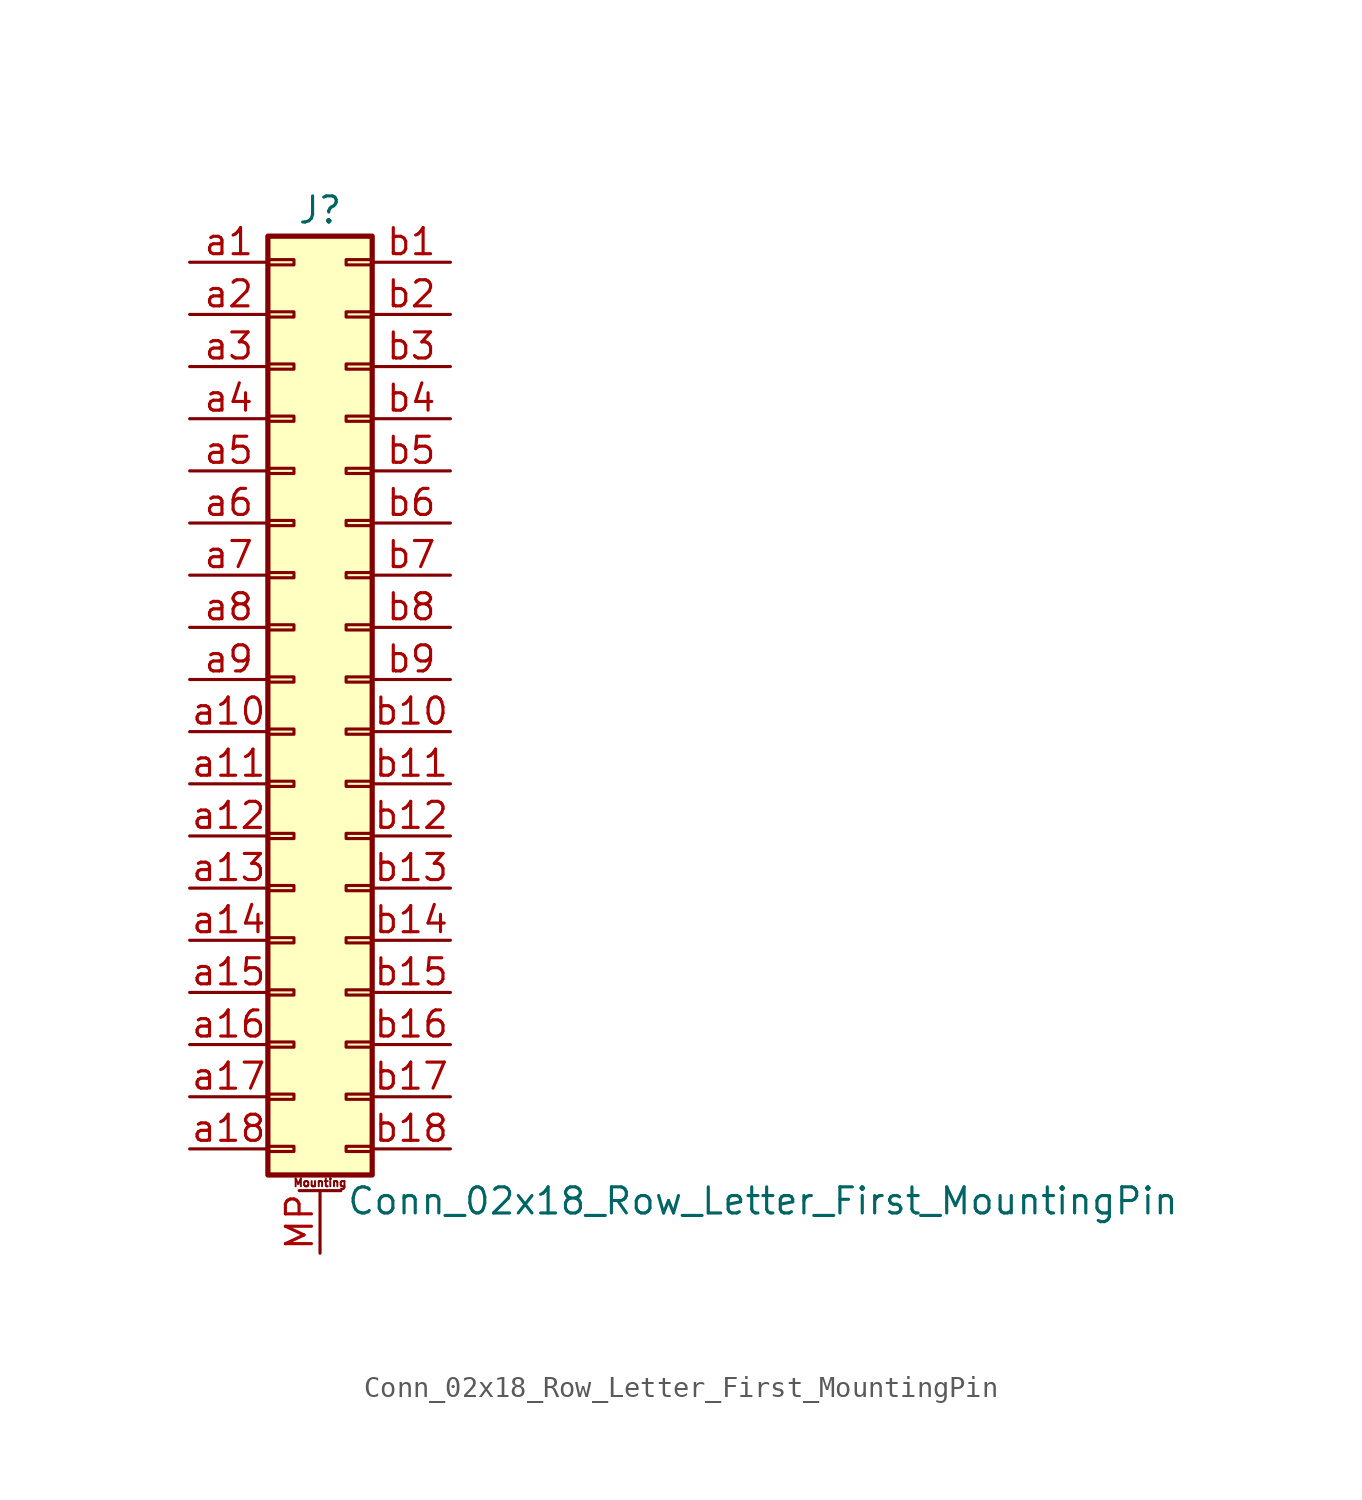
<source format=kicad_sym>
(kicad_symbol_lib
  (version 20201005)
  (generator kicad_symbol_editor)
  (symbol "Conn_02x18_Row_Letter_First_MountingPin"
    (pin_names
      (offset 1.016) hide)
    (property "Reference" "J"
      (at 1.27 22.86 0)
      (effects (font (size 1.27 1.27))))
    (property "Value" "Conn_02x18_Row_Letter_First_MountingPin"
      (at 2.54 -25.4 0)
      (effects (font (size 1.27 1.27)) (justify left)))
    (symbol "Conn_02x18_Row_Letter_First_MountingPin_1_1"
      (text "Mounting" (at 1.27 -24.511 0) (effects (font (size 0.381 0.381))))
      (rectangle (start -1.27 -22.733) (end 0 -22.987) (stroke (width 0.152)) (fill (type none)))
      (rectangle (start -1.27 -20.193) (end 0 -20.447) (stroke (width 0.152)) (fill (type none)))
      (rectangle (start -1.27 -17.653) (end 0 -17.907) (stroke (width 0.152)) (fill (type none)))
      (rectangle (start -1.27 -15.113) (end 0 -15.367) (stroke (width 0.152)) (fill (type none)))
      (rectangle (start -1.27 -12.573) (end 0 -12.827) (stroke (width 0.152)) (fill (type none)))
      (rectangle (start -1.27 -10.033) (end 0 -10.287) (stroke (width 0.152)) (fill (type none)))
      (rectangle (start -1.27 -7.493) (end 0 -7.747) (stroke (width 0.152)) (fill (type none)))
      (rectangle (start -1.27 -4.953) (end 0 -5.207) (stroke (width 0.152)) (fill (type none)))
      (rectangle (start -1.27 -2.413) (end 0 -2.667) (stroke (width 0.152)) (fill (type none)))
      (rectangle (start -1.27 0.127) (end 0 -0.127) (stroke (width 0.152)) (fill (type none)))
      (rectangle (start -1.27 2.667) (end 0 2.413) (stroke (width 0.152)) (fill (type none)))
      (rectangle (start -1.27 5.207) (end 0 4.953) (stroke (width 0.152)) (fill (type none)))
      (rectangle (start -1.27 7.747) (end 0 7.493) (stroke (width 0.152)) (fill (type none)))
      (rectangle (start -1.27 10.287) (end 0 10.033) (stroke (width 0.152)) (fill (type none)))
      (rectangle (start -1.27 12.827) (end 0 12.573) (stroke (width 0.152)) (fill (type none)))
      (rectangle (start -1.27 15.367) (end 0 15.113) (stroke (width 0.152)) (fill (type none)))
      (rectangle (start -1.27 17.907) (end 0 17.653) (stroke (width 0.152)) (fill (type none)))
      (rectangle (start -1.27 20.447) (end 0 20.193) (stroke (width 0.152)) (fill (type none)))
      (rectangle (start -1.27 21.59) (end 3.81 -24.13) (stroke (width 0.254)) (fill (type background)))
      (rectangle (start 3.81 -22.733) (end 2.54 -22.987) (stroke (width 0.152)) (fill (type none)))
      (rectangle (start 3.81 -20.193) (end 2.54 -20.447) (stroke (width 0.152)) (fill (type none)))
      (rectangle (start 3.81 -17.653) (end 2.54 -17.907) (stroke (width 0.152)) (fill (type none)))
      (rectangle (start 3.81 -15.113) (end 2.54 -15.367) (stroke (width 0.152)) (fill (type none)))
      (rectangle (start 3.81 -12.573) (end 2.54 -12.827) (stroke (width 0.152)) (fill (type none)))
      (rectangle (start 3.81 -10.033) (end 2.54 -10.287) (stroke (width 0.152)) (fill (type none)))
      (rectangle (start 3.81 -7.493) (end 2.54 -7.747) (stroke (width 0.152)) (fill (type none)))
      (rectangle (start 3.81 -4.953) (end 2.54 -5.207) (stroke (width 0.152)) (fill (type none)))
      (rectangle (start 3.81 -2.413) (end 2.54 -2.667) (stroke (width 0.152)) (fill (type none)))
      (rectangle (start 3.81 0.127) (end 2.54 -0.127) (stroke (width 0.152)) (fill (type none)))
      (rectangle (start 3.81 2.667) (end 2.54 2.413) (stroke (width 0.152)) (fill (type none)))
      (rectangle (start 3.81 5.207) (end 2.54 4.953) (stroke (width 0.152)) (fill (type none)))
      (rectangle (start 3.81 7.747) (end 2.54 7.493) (stroke (width 0.152)) (fill (type none)))
      (rectangle (start 3.81 10.287) (end 2.54 10.033) (stroke (width 0.152)) (fill (type none)))
      (rectangle (start 3.81 12.827) (end 2.54 12.573) (stroke (width 0.152)) (fill (type none)))
      (rectangle (start 3.81 15.367) (end 2.54 15.113) (stroke (width 0.152)) (fill (type none)))
      (rectangle (start 3.81 17.907) (end 2.54 17.653) (stroke (width 0.152)) (fill (type none)))
      (rectangle (start 3.81 20.447) (end 2.54 20.193) (stroke (width 0.152)) (fill (type none)))
      (polyline (pts (xy 0.254 -24.892) (xy 2.286 -24.892)) (stroke (width 0.152)) (fill (type none)))
      (pin passive line (at 1.27 -27.94 90) (length 3.048) (name "MountPin" (effects (font (size 1.27 1.27)))) (number "MP" (effects (font (size 1.27 1.27)))))
      (pin passive line (at -5.08 20.32 0) (length 3.81) (name "Pin_a1" (effects (font (size 1.27 1.27)))) (number "a1" (effects (font (size 1.27 1.27)))))
      (pin passive line (at -5.08 -2.54 0) (length 3.81) (name "Pin_a10" (effects (font (size 1.27 1.27)))) (number "a10" (effects (font (size 1.27 1.27)))))
      (pin passive line (at -5.08 -5.08 0) (length 3.81) (name "Pin_a11" (effects (font (size 1.27 1.27)))) (number "a11" (effects (font (size 1.27 1.27)))))
      (pin passive line (at -5.08 -7.62 0) (length 3.81) (name "Pin_a12" (effects (font (size 1.27 1.27)))) (number "a12" (effects (font (size 1.27 1.27)))))
      (pin passive line (at -5.08 -10.16 0) (length 3.81) (name "Pin_a13" (effects (font (size 1.27 1.27)))) (number "a13" (effects (font (size 1.27 1.27)))))
      (pin passive line (at -5.08 -12.7 0) (length 3.81) (name "Pin_a14" (effects (font (size 1.27 1.27)))) (number "a14" (effects (font (size 1.27 1.27)))))
      (pin passive line (at -5.08 -15.24 0) (length 3.81) (name "Pin_a15" (effects (font (size 1.27 1.27)))) (number "a15" (effects (font (size 1.27 1.27)))))
      (pin passive line (at -5.08 -17.78 0) (length 3.81) (name "Pin_a16" (effects (font (size 1.27 1.27)))) (number "a16" (effects (font (size 1.27 1.27)))))
      (pin passive line (at -5.08 -20.32 0) (length 3.81) (name "Pin_a17" (effects (font (size 1.27 1.27)))) (number "a17" (effects (font (size 1.27 1.27)))))
      (pin passive line (at -5.08 -22.86 0) (length 3.81) (name "Pin_a18" (effects (font (size 1.27 1.27)))) (number "a18" (effects (font (size 1.27 1.27)))))
      (pin passive line (at -5.08 17.78 0) (length 3.81) (name "Pin_a2" (effects (font (size 1.27 1.27)))) (number "a2" (effects (font (size 1.27 1.27)))))
      (pin passive line (at -5.08 15.24 0) (length 3.81) (name "Pin_a3" (effects (font (size 1.27 1.27)))) (number "a3" (effects (font (size 1.27 1.27)))))
      (pin passive line (at -5.08 12.7 0) (length 3.81) (name "Pin_a4" (effects (font (size 1.27 1.27)))) (number "a4" (effects (font (size 1.27 1.27)))))
      (pin passive line (at -5.08 10.16 0) (length 3.81) (name "Pin_a5" (effects (font (size 1.27 1.27)))) (number "a5" (effects (font (size 1.27 1.27)))))
      (pin passive line (at -5.08 7.62 0) (length 3.81) (name "Pin_a6" (effects (font (size 1.27 1.27)))) (number "a6" (effects (font (size 1.27 1.27)))))
      (pin passive line (at -5.08 5.08 0) (length 3.81) (name "Pin_a7" (effects (font (size 1.27 1.27)))) (number "a7" (effects (font (size 1.27 1.27)))))
      (pin passive line (at -5.08 2.54 0) (length 3.81) (name "Pin_a8" (effects (font (size 1.27 1.27)))) (number "a8" (effects (font (size 1.27 1.27)))))
      (pin passive line (at -5.08 0 0) (length 3.81) (name "Pin_a9" (effects (font (size 1.27 1.27)))) (number "a9" (effects (font (size 1.27 1.27)))))
      (pin passive line (at 7.62 20.32 180) (length 3.81) (name "Pin_b1" (effects (font (size 1.27 1.27)))) (number "b1" (effects (font (size 1.27 1.27)))))
      (pin passive line (at 7.62 -2.54 180) (length 3.81) (name "Pin_b10" (effects (font (size 1.27 1.27)))) (number "b10" (effects (font (size 1.27 1.27)))))
      (pin passive line (at 7.62 -5.08 180) (length 3.81) (name "Pin_b11" (effects (font (size 1.27 1.27)))) (number "b11" (effects (font (size 1.27 1.27)))))
      (pin passive line (at 7.62 -7.62 180) (length 3.81) (name "Pin_b12" (effects (font (size 1.27 1.27)))) (number "b12" (effects (font (size 1.27 1.27)))))
      (pin passive line (at 7.62 -10.16 180) (length 3.81) (name "Pin_b13" (effects (font (size 1.27 1.27)))) (number "b13" (effects (font (size 1.27 1.27)))))
      (pin passive line (at 7.62 -12.7 180) (length 3.81) (name "Pin_b14" (effects (font (size 1.27 1.27)))) (number "b14" (effects (font (size 1.27 1.27)))))
      (pin passive line (at 7.62 -15.24 180) (length 3.81) (name "Pin_b15" (effects (font (size 1.27 1.27)))) (number "b15" (effects (font (size 1.27 1.27)))))
      (pin passive line (at 7.62 -17.78 180) (length 3.81) (name "Pin_b16" (effects (font (size 1.27 1.27)))) (number "b16" (effects (font (size 1.27 1.27)))))
      (pin passive line (at 7.62 -20.32 180) (length 3.81) (name "Pin_b17" (effects (font (size 1.27 1.27)))) (number "b17" (effects (font (size 1.27 1.27)))))
      (pin passive line (at 7.62 -22.86 180) (length 3.81) (name "Pin_b18" (effects (font (size 1.27 1.27)))) (number "b18" (effects (font (size 1.27 1.27)))))
      (pin passive line (at 7.62 17.78 180) (length 3.81) (name "Pin_b2" (effects (font (size 1.27 1.27)))) (number "b2" (effects (font (size 1.27 1.27)))))
      (pin passive line (at 7.62 15.24 180) (length 3.81) (name "Pin_b3" (effects (font (size 1.27 1.27)))) (number "b3" (effects (font (size 1.27 1.27)))))
      (pin passive line (at 7.62 12.7 180) (length 3.81) (name "Pin_b4" (effects (font (size 1.27 1.27)))) (number "b4" (effects (font (size 1.27 1.27)))))
      (pin passive line (at 7.62 10.16 180) (length 3.81) (name "Pin_b5" (effects (font (size 1.27 1.27)))) (number "b5" (effects (font (size 1.27 1.27)))))
      (pin passive line (at 7.62 7.62 180) (length 3.81) (name "Pin_b6" (effects (font (size 1.27 1.27)))) (number "b6" (effects (font (size 1.27 1.27)))))
      (pin passive line (at 7.62 5.08 180) (length 3.81) (name "Pin_b7" (effects (font (size 1.27 1.27)))) (number "b7" (effects (font (size 1.27 1.27)))))
      (pin passive line (at 7.62 2.54 180) (length 3.81) (name "Pin_b8" (effects (font (size 1.27 1.27)))) (number "b8" (effects (font (size 1.27 1.27)))))
      (pin passive line (at 7.62 0 180) (length 3.81) (name "Pin_b9" (effects (font (size 1.27 1.27)))) (number "b9" (effects (font (size 1.27 1.27))))))))
</source>
